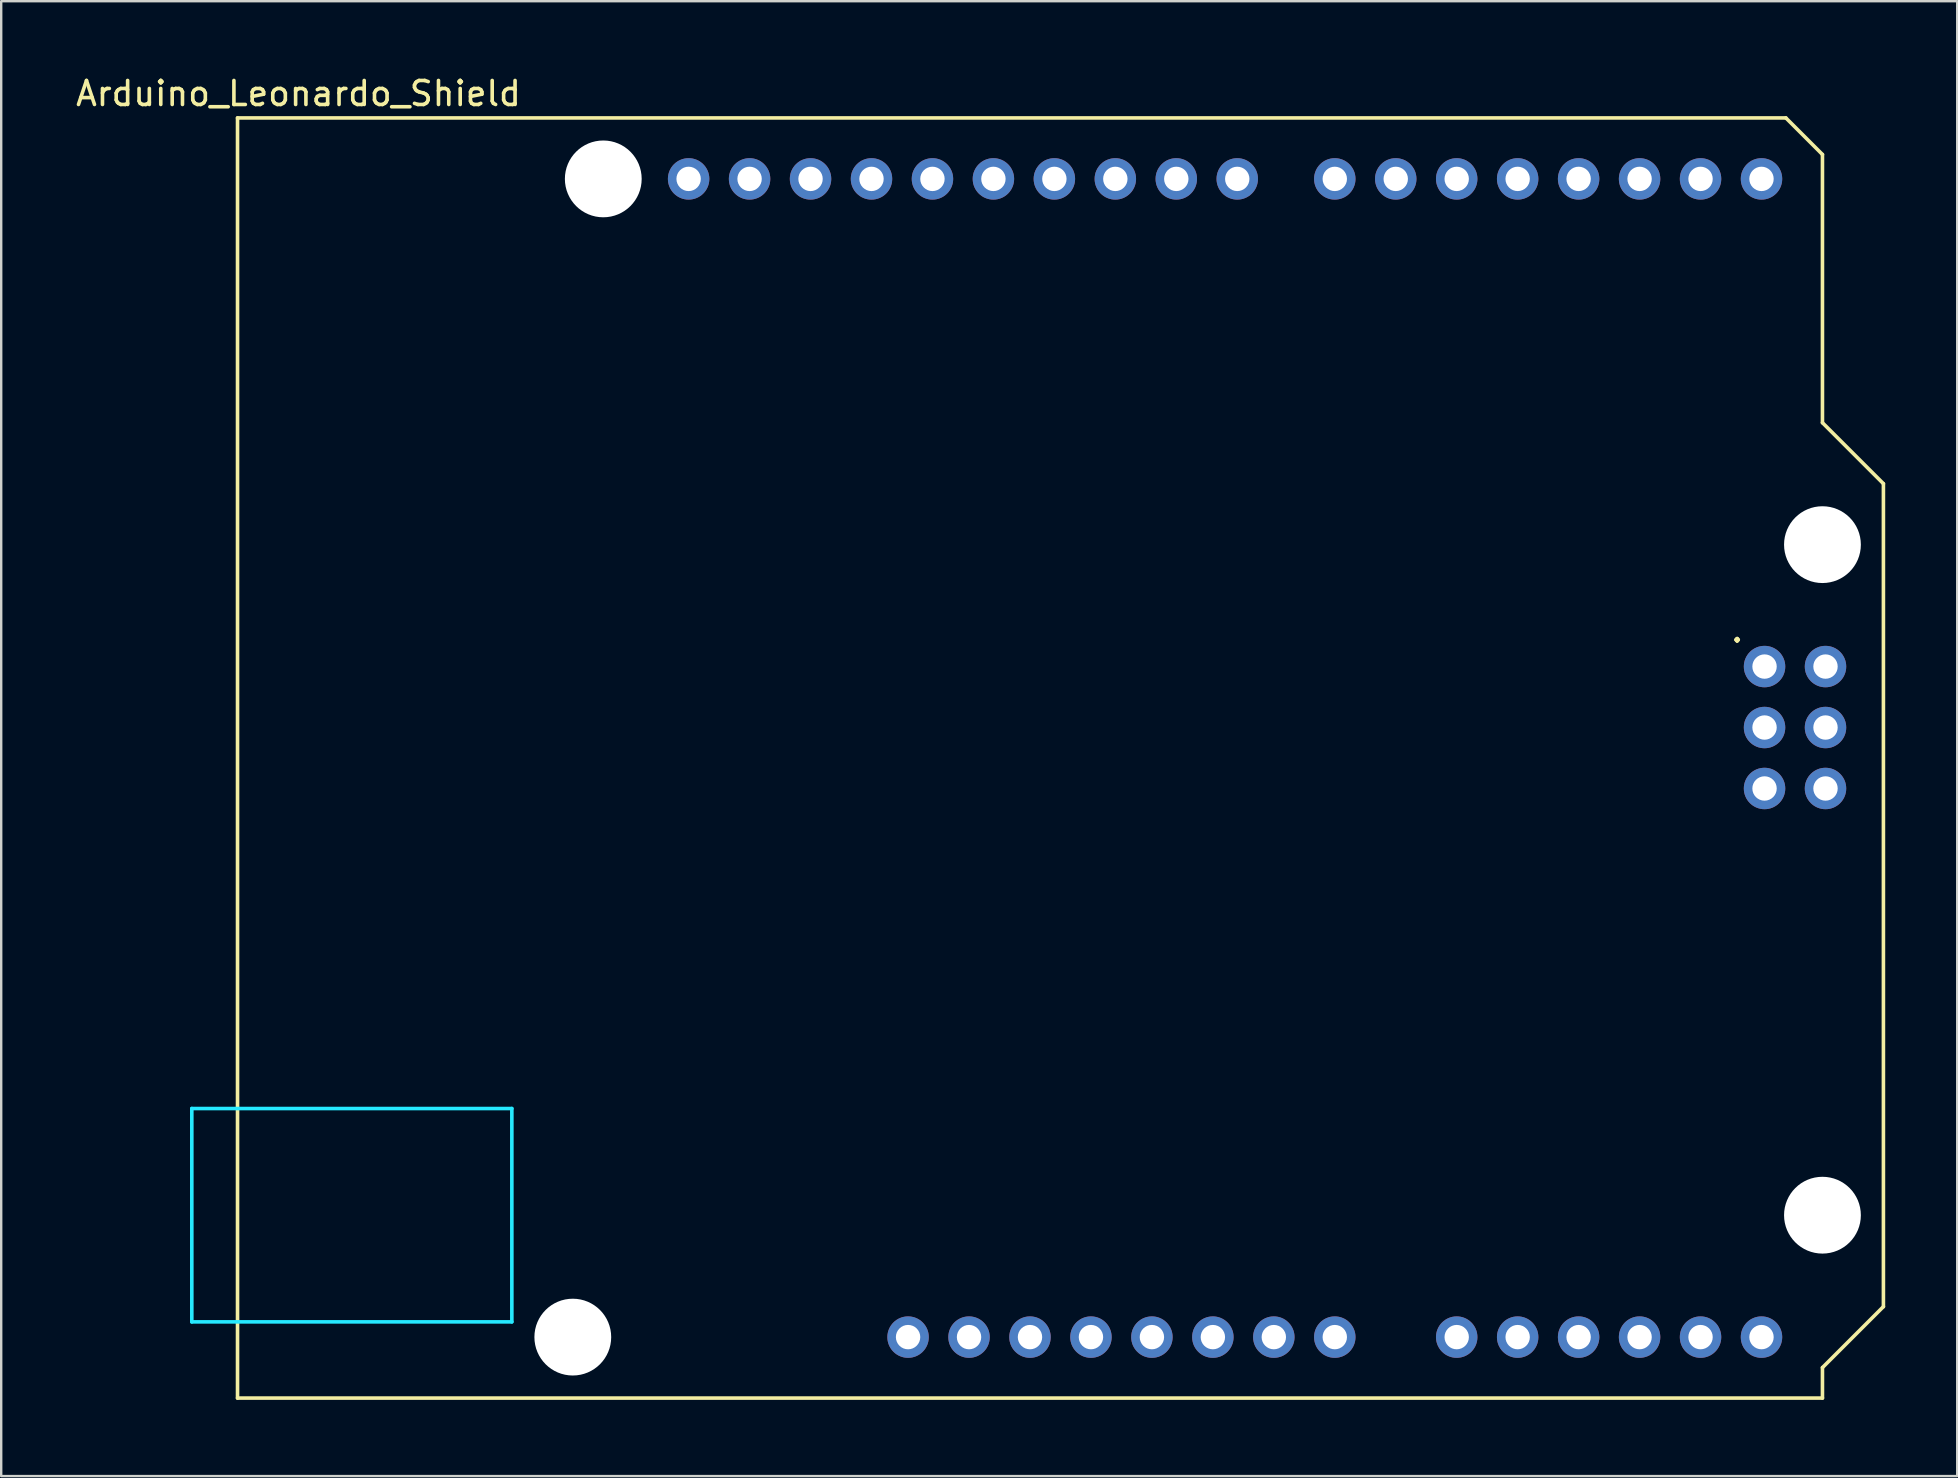
<source format=kicad_pcb>
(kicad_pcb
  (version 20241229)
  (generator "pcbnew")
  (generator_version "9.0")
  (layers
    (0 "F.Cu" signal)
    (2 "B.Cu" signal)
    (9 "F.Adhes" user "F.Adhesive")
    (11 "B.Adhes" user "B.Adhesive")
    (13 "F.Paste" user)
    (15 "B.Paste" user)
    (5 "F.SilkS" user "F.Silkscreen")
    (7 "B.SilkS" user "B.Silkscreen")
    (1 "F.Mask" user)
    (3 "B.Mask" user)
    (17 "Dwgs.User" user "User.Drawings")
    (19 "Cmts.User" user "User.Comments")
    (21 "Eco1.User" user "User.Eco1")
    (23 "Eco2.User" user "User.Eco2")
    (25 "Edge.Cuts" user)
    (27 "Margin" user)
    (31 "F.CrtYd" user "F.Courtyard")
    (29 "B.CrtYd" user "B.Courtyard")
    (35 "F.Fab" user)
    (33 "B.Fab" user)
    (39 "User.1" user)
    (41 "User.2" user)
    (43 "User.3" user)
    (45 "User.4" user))
  (footprint "Arduino_Leonardo_Shield"
    (layer "F.Cu")
    (at 6.847 55.204)
    (property "Reference" "Arduino_Leonardo_Shield" (at 2.54 -54.356 0) (layer "F.SilkS") (effects (font (size 1 1) (thickness 0.15))))
    (attr through_hole)
    (fp_line (start 0 -53.34) (end 0 0) (stroke (width 0.15) (type solid)) (layer "F.SilkS"))
    (fp_line (start 0 -53.34) (end 64.516 -53.34) (stroke (width 0.15) (type solid)) (layer "F.SilkS"))
    (fp_line (start 0 0) (end 66.04 0) (stroke (width 0.15) (type solid)) (layer "F.SilkS"))
    (fp_line (start 64.516 -53.34) (end 66.04 -51.816) (stroke (width 0.15) (type solid)) (layer "F.SilkS"))
    (fp_line (start 66.04 -40.64) (end 66.04 -51.816) (stroke (width 0.15) (type solid)) (layer "F.SilkS"))
    (fp_line (start 66.04 -1.27) (end 68.58 -3.81) (stroke (width 0.15) (type solid)) (layer "F.SilkS"))
    (fp_line (start 66.04 0) (end 66.04 -1.27) (stroke (width 0.15) (type solid)) (layer "F.SilkS"))
    (fp_line (start 68.58 -38.1) (end 66.04 -40.64) (stroke (width 0.15) (type solid)) (layer "F.SilkS"))
    (fp_line (start 68.58 -3.81) (end 68.58 -38.1) (stroke (width 0.15) (type solid)) (layer "F.SilkS"))
    (fp_line (start -1.905 -12.065) (end -1.905 -3.175) (stroke (width 0.15) (type solid)) (layer "B.CrtYd"))
    (fp_line (start -1.905 -12.065) (end 11.43 -12.065) (stroke (width 0.15) (type solid)) (layer "B.CrtYd"))
    (fp_line (start -1.905 -3.175) (end 11.43 -3.175) (stroke (width 0.15) (type solid)) (layer "B.CrtYd"))
    (fp_line (start 11.43 -12.065) (end 11.43 -3.175) (stroke (width 0.15) (type solid)) (layer "B.CrtYd"))
    (fp_text user "." (at 62.484 -32.004 0) (layer "F.SilkS") (effects (font (size 1 1) (thickness 0.15))))
    (pad "" np_thru_hole circle (at 13.97 -2.54) (size 3.2 3.2) (drill 3.2) (layers "*.Cu" "*.Mask"))
    (pad "" np_thru_hole circle (at 15.24 -50.8) (size 3.2 3.2) (drill 3.2) (layers "*.Cu" "*.Mask"))
    (pad "" thru_hole oval (at 27.94 -2.54) (size 1.727 1.727) (drill 1.016) (layers "*.Cu" "*.Mask"))
    (pad "" np_thru_hole circle (at 66.04 -35.56) (size 3.2 3.2) (drill 3.2) (layers "*.Cu" "*.Mask"))
    (pad "" np_thru_hole circle (at 66.04 -7.62) (size 3.2 3.2) (drill 3.2) (layers "*.Cu" "*.Mask"))
    (pad "3V3" thru_hole oval (at 35.56 -2.54) (size 1.727 1.727) (drill 1.016) (layers "*.Cu" "*.Mask"))
    (pad "5V1" thru_hole oval (at 38.1 -2.54) (size 1.727 1.727) (drill 1.016) (layers "*.Cu" "*.Mask"))
    (pad "5V2" thru_hole oval (at 66.167 -30.48) (size 1.727 1.727) (drill 1.016) (layers "*.Cu" "*.Mask"))
    (pad "A0" thru_hole oval (at 50.8 -2.54) (size 1.727 1.727) (drill 1.016) (layers "*.Cu" "*.Mask"))
    (pad "A1" thru_hole oval (at 53.34 -2.54) (size 1.727 1.727) (drill 1.016) (layers "*.Cu" "*.Mask"))
    (pad "A2" thru_hole oval (at 55.88 -2.54) (size 1.727 1.727) (drill 1.016) (layers "*.Cu" "*.Mask"))
    (pad "A3" thru_hole oval (at 58.42 -2.54) (size 1.727 1.727) (drill 1.016) (layers "*.Cu" "*.Mask"))
    (pad "A4" thru_hole oval (at 60.96 -2.54) (size 1.727 1.727) (drill 1.016) (layers "*.Cu" "*.Mask"))
    (pad "A5" thru_hole oval (at 63.5 -2.54) (size 1.727 1.727) (drill 1.016) (layers "*.Cu" "*.Mask"))
    (pad "AREF" thru_hole oval (at 23.876 -50.8) (size 1.727 1.727) (drill 1.016) (layers "*.Cu" "*.Mask"))
    (pad "D0" thru_hole oval (at 63.5 -50.8) (size 1.727 1.727) (drill 1.016) (layers "*.Cu" "*.Mask"))
    (pad "D1" thru_hole oval (at 60.96 -50.8) (size 1.727 1.727) (drill 1.016) (layers "*.Cu" "*.Mask"))
    (pad "D2" thru_hole oval (at 58.42 -50.8) (size 1.727 1.727) (drill 1.016) (layers "*.Cu" "*.Mask"))
    (pad "D3" thru_hole oval (at 55.88 -50.8) (size 1.727 1.727) (drill 1.016) (layers "*.Cu" "*.Mask"))
    (pad "D4" thru_hole oval (at 53.34 -50.8) (size 1.727 1.727) (drill 1.016) (layers "*.Cu" "*.Mask"))
    (pad "D5" thru_hole oval (at 50.8 -50.8) (size 1.727 1.727) (drill 1.016) (layers "*.Cu" "*.Mask"))
    (pad "D6" thru_hole oval (at 48.26 -50.8) (size 1.727 1.727) (drill 1.016) (layers "*.Cu" "*.Mask"))
    (pad "D7" thru_hole oval (at 45.72 -50.8) (size 1.727 1.727) (drill 1.016) (layers "*.Cu" "*.Mask"))
    (pad "D8" thru_hole oval (at 41.656 -50.8) (size 1.727 1.727) (drill 1.016) (layers "*.Cu" "*.Mask"))
    (pad "D9" thru_hole oval (at 39.116 -50.8) (size 1.727 1.727) (drill 1.016) (layers "*.Cu" "*.Mask"))
    (pad "D10" thru_hole oval (at 36.576 -50.8) (size 1.727 1.727) (drill 1.016) (layers "*.Cu" "*.Mask"))
    (pad "D11" thru_hole oval (at 34.036 -50.8) (size 1.727 1.727) (drill 1.016) (layers "*.Cu" "*.Mask"))
    (pad "D12" thru_hole oval (at 31.496 -50.8) (size 1.727 1.727) (drill 1.016) (layers "*.Cu" "*.Mask"))
    (pad "D13" thru_hole oval (at 28.956 -50.8) (size 1.727 1.727) (drill 1.016) (layers "*.Cu" "*.Mask"))
    (pad "GND1" thru_hole oval (at 26.416 -50.8) (size 1.727 1.727) (drill 1.016) (layers "*.Cu" "*.Mask"))
    (pad "GND2" thru_hole oval (at 40.64 -2.54) (size 1.727 1.727) (drill 1.016) (layers "*.Cu" "*.Mask"))
    (pad "GND3" thru_hole oval (at 43.18 -2.54) (size 1.727 1.727) (drill 1.016) (layers "*.Cu" "*.Mask"))
    (pad "GND4" thru_hole oval (at 66.167 -25.4) (size 1.727 1.727) (drill 1.016) (layers "*.Cu" "*.Mask"))
    (pad "IORF" thru_hole oval (at 30.48 -2.54) (size 1.727 1.727) (drill 1.016) (layers "*.Cu" "*.Mask"))
    (pad "MISO" thru_hole oval (at 63.627 -30.48) (size 1.727 1.727) (drill 1.016) (layers "*.Cu" "*.Mask"))
    (pad "MOSI" thru_hole oval (at 66.167 -27.94) (size 1.727 1.727) (drill 1.016) (layers "*.Cu" "*.Mask"))
    (pad "RST1" thru_hole oval (at 33.02 -2.54) (size 1.727 1.727) (drill 1.016) (layers "*.Cu" "*.Mask"))
    (pad "RST2" thru_hole oval (at 63.627 -25.4) (size 1.727 1.727) (drill 1.016) (layers "*.Cu" "*.Mask"))
    (pad "SCK" thru_hole oval (at 63.627 -27.94) (size 1.727 1.727) (drill 1.016) (layers "*.Cu" "*.Mask"))
    (pad "SCL" thru_hole oval (at 18.796 -50.8) (size 1.727 1.727) (drill 1.016) (layers "*.Cu" "*.Mask"))
    (pad "SDA" thru_hole oval (at 21.336 -50.8) (size 1.727 1.727) (drill 1.016) (layers "*.Cu" "*.Mask"))
    (pad "VIN" thru_hole oval (at 45.72 -2.54) (size 1.727 1.727) (drill 1.016) (layers "*.Cu" "*.Mask")))
  (gr_rect
    (start -3 -3)
    (end 78.502 58.454)
    (stroke (width 0.1) (type default))
    (fill no)
    (layer "Edge.Cuts")))
</source>
